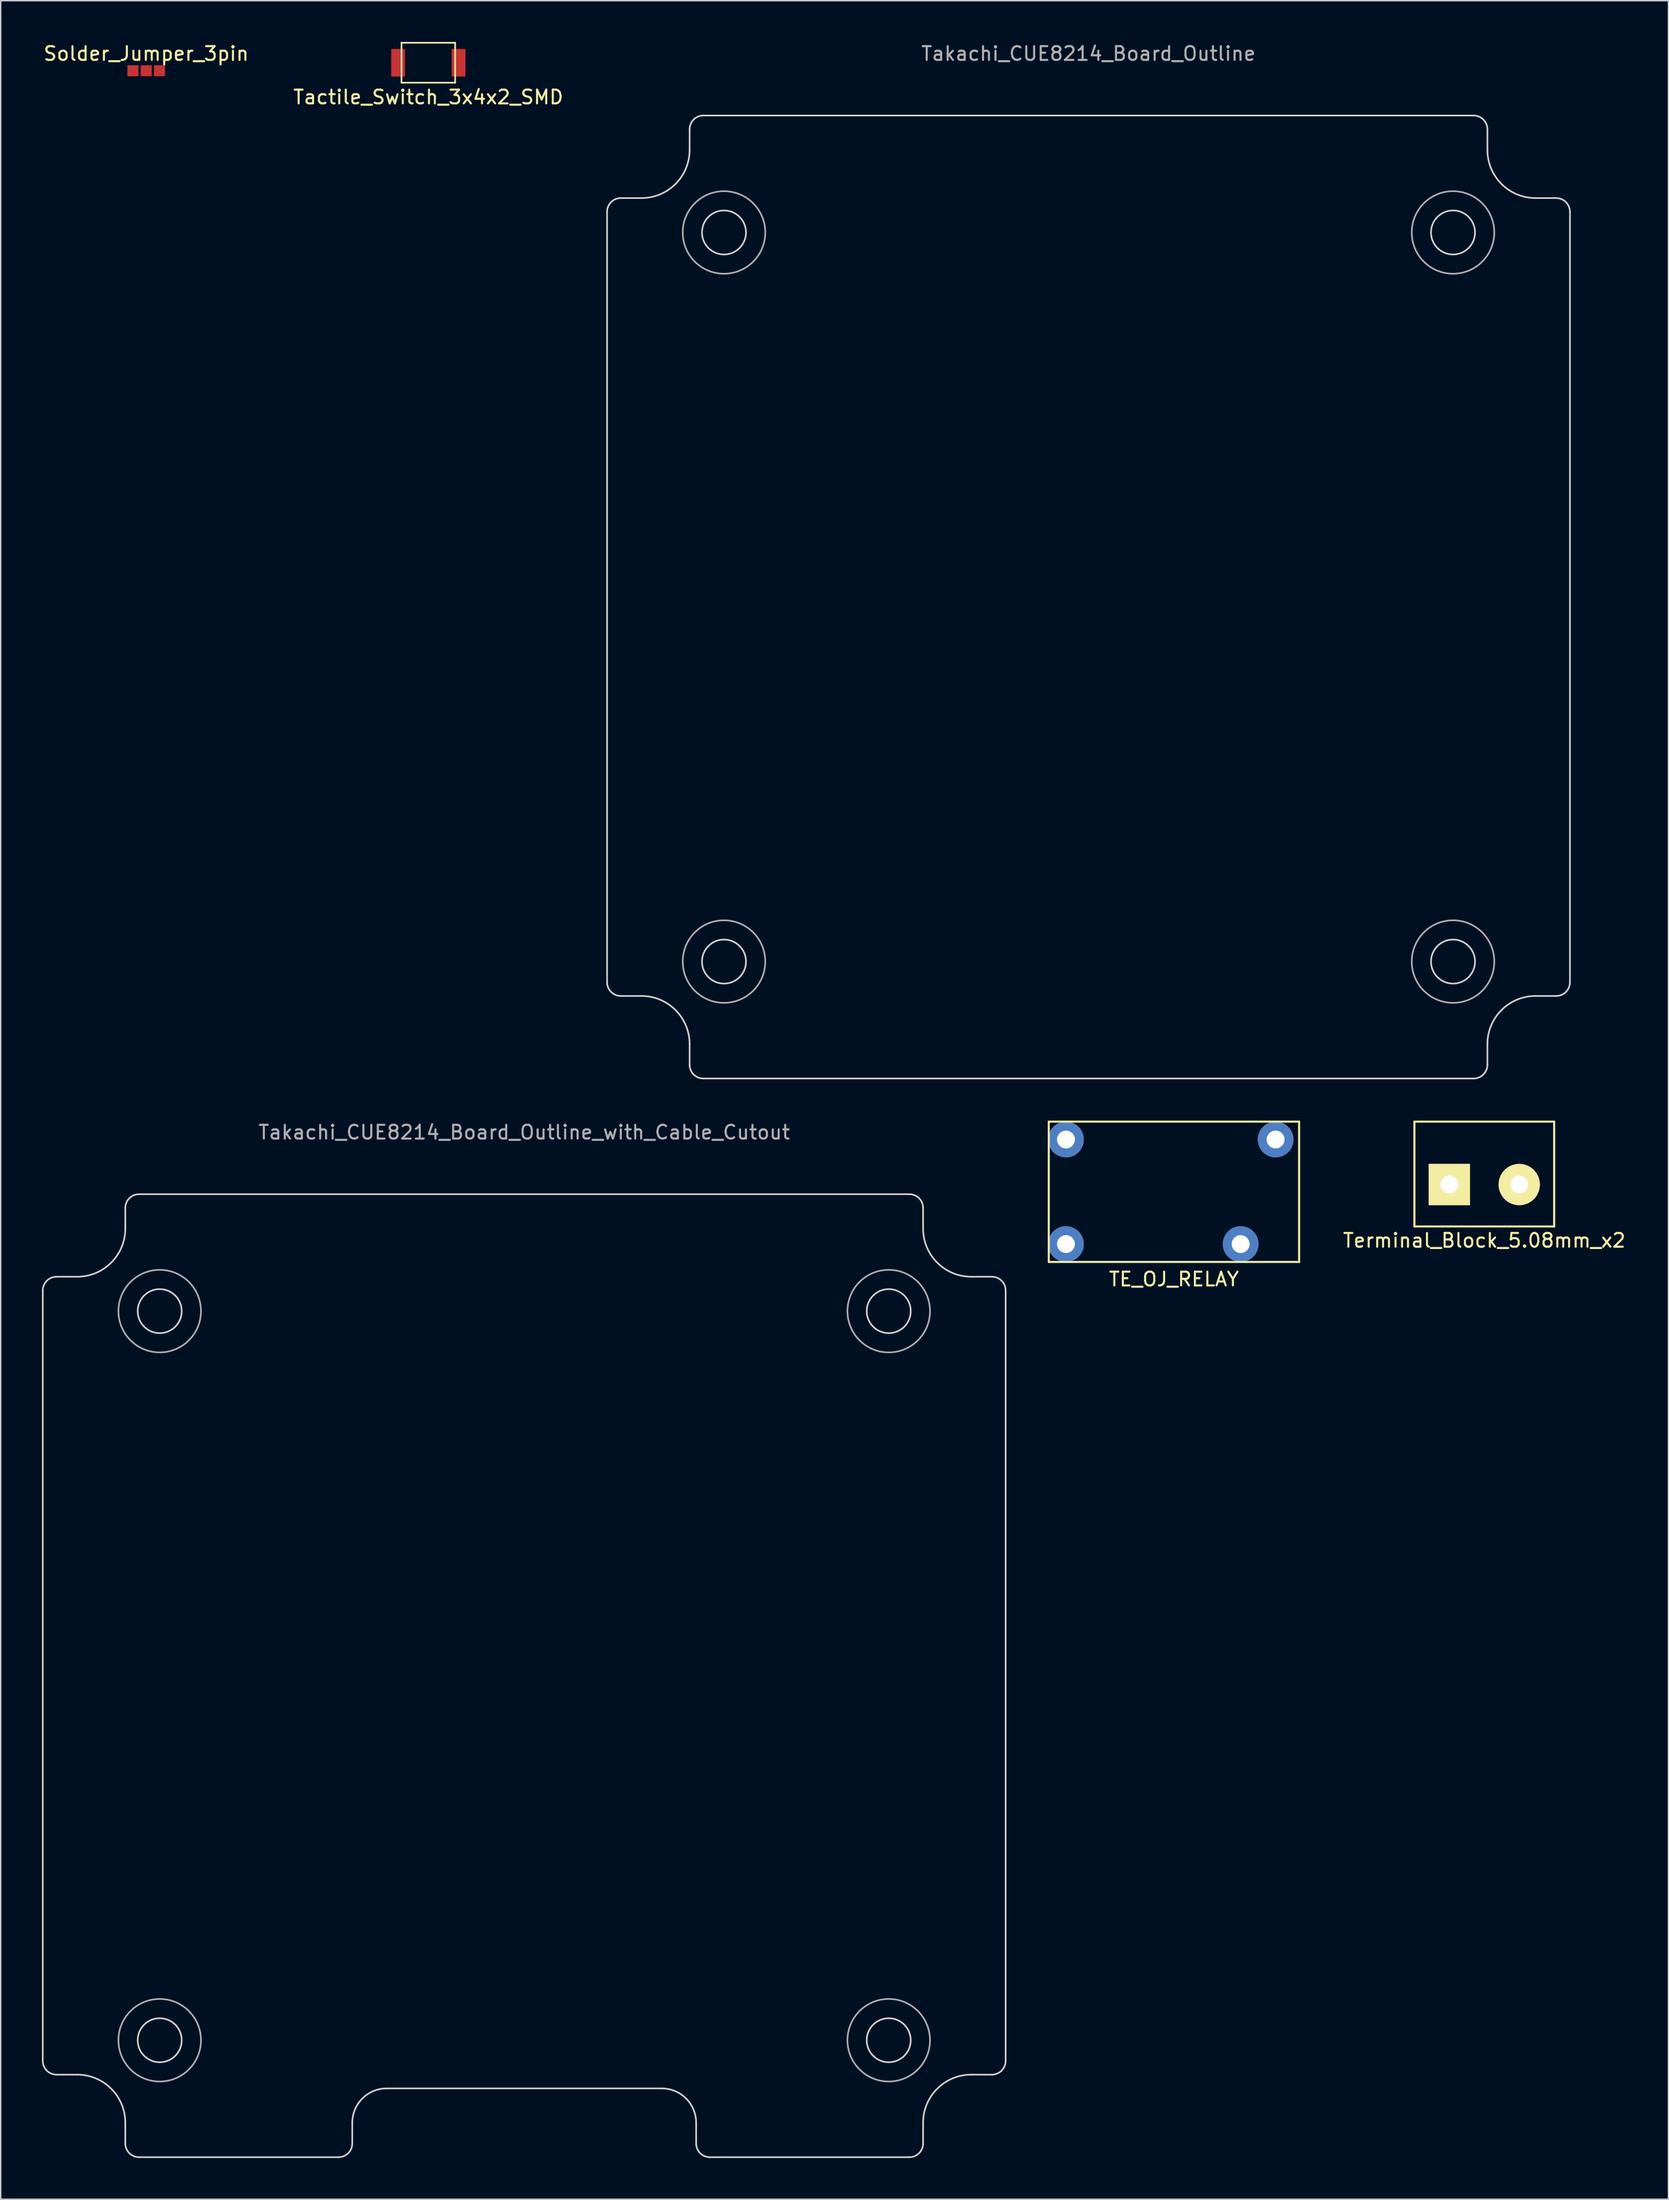
<source format=kicad_pcb>
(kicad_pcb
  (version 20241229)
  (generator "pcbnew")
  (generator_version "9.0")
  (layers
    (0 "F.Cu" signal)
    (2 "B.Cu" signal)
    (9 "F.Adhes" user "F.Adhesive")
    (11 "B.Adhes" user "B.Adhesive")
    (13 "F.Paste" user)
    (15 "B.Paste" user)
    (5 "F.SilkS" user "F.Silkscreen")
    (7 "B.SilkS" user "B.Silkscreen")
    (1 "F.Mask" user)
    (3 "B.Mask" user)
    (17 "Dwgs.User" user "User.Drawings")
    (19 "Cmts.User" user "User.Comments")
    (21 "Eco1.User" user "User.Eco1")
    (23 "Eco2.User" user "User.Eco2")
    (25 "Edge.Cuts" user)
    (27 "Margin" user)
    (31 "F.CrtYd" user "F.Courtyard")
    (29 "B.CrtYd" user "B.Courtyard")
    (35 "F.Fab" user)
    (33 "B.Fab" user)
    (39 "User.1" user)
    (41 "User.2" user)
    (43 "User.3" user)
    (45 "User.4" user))
  (footprint "Terminal_Block_5.08mm_x2"
    (layer "F.Cu")
    (at 104.857 83.055)
    (property "Reference" "Terminal_Block_5.08mm_x2" (at 0 4.064 0) (layer "F.SilkS") (effects (font (size 1 1) (thickness 0.15))))
    (attr through_hole)
    (fp_line (start -5.08 -4.572) (end -5.08 3.048) (stroke (width 0.15) (type solid)) (layer "F.SilkS"))
    (fp_line (start -5.08 -4.572) (end 5.08 -4.572) (stroke (width 0.15) (type solid)) (layer "F.SilkS"))
    (fp_line (start 5.08 3.048) (end -5.08 3.048) (stroke (width 0.15) (type solid)) (layer "F.SilkS"))
    (fp_line (start 5.08 3.048) (end 5.08 -4.572) (stroke (width 0.15) (type solid)) (layer "F.SilkS"))
    (pad "1" thru_hole rect (at -2.54 0) (size 3 3) (drill 1.3) (layers "*.Cu" "*.Mask" "F.SilkS"))
    (pad "2" thru_hole circle (at 2.54 0) (size 3 3) (drill 1.3) (layers "*.Cu" "*.Mask" "F.SilkS")))
  (footprint "Takachi_CUE8214_Board_Outline_with_Cable_Cutout"
    (layer "F.Cu")
    (at 35.06 118.757)
    (property "Reference" "Takachi_CUE8214_Board_Outline_with_Cable_Cutout" (at 0 -39.5 0) (layer "F.Fab") (effects (font (size 1 1) (thickness 0.15))))
    (attr through_hole)
    (fp_line (start -35 -28) (end -35 28) (stroke (width 0.12) (type solid)) (layer "Edge.Cuts"))
    (fp_line (start -34 -29) (end -32.5 -29) (stroke (width 0.12) (type solid)) (layer "Edge.Cuts"))
    (fp_line (start -34 29) (end -32.5 29) (stroke (width 0.12) (type solid)) (layer "Edge.Cuts"))
    (fp_line (start -29 -34) (end -29 -32.5) (stroke (width 0.12) (type solid)) (layer "Edge.Cuts"))
    (fp_line (start -29 34) (end -29 32.5) (stroke (width 0.12) (type solid)) (layer "Edge.Cuts"))
    (fp_line (start -28 -35) (end 28 -35) (stroke (width 0.12) (type solid)) (layer "Edge.Cuts"))
    (fp_line (start -28 35) (end -13.5 35) (stroke (width 0.12) (type solid)) (layer "Edge.Cuts"))
    (fp_line (start -12.5 32.5) (end -12.5 34) (stroke (width 0.12) (type solid)) (layer "Edge.Cuts"))
    (fp_line (start -10 30) (end 10 30) (stroke (width 0.12) (type solid)) (layer "Edge.Cuts"))
    (fp_line (start 12.5 32.5) (end 12.5 34) (stroke (width 0.12) (type solid)) (layer "Edge.Cuts"))
    (fp_line (start 13.5 35) (end 28 35) (stroke (width 0.12) (type solid)) (layer "Edge.Cuts"))
    (fp_line (start 29 -34) (end 29 -32.5) (stroke (width 0.12) (type solid)) (layer "Edge.Cuts"))
    (fp_line (start 29 34) (end 29 32.5) (stroke (width 0.12) (type solid)) (layer "Edge.Cuts"))
    (fp_line (start 34 -29) (end 32.5 -29) (stroke (width 0.12) (type solid)) (layer "Edge.Cuts"))
    (fp_line (start 34 29) (end 32.5 29) (stroke (width 0.12) (type solid)) (layer "Edge.Cuts"))
    (fp_line (start 35 -28) (end 35 28) (stroke (width 0.12) (type solid)) (layer "Edge.Cuts"))
    (fp_arc (start -35 -28) (mid -34.707107 -28.707107) (end -34 -29) (stroke (width 0.12) (type solid)) (layer "Edge.Cuts"))
    (fp_arc (start -34 29) (mid -34.707107 28.707107) (end -35 28) (stroke (width 0.12) (type solid)) (layer "Edge.Cuts"))
    (fp_arc (start -32.5 29) (mid -30.025126 30.025126) (end -29 32.5) (stroke (width 0.12) (type solid)) (layer "Edge.Cuts"))
    (fp_arc (start -29 -34) (mid -28.707107 -34.707107) (end -28 -35) (stroke (width 0.12) (type solid)) (layer "Edge.Cuts"))
    (fp_arc (start -29 -32.5) (mid -30.025126 -30.025126) (end -32.5 -29) (stroke (width 0.12) (type solid)) (layer "Edge.Cuts"))
    (fp_arc (start -28 35) (mid -28.707107 34.707107) (end -29 34) (stroke (width 0.12) (type solid)) (layer "Edge.Cuts"))
    (fp_arc (start -12.5 32.5) (mid -11.767767 30.732233) (end -10 30) (stroke (width 0.12) (type solid)) (layer "Edge.Cuts"))
    (fp_arc (start -12.5 34) (mid -12.792893 34.707107) (end -13.5 35) (stroke (width 0.12) (type solid)) (layer "Edge.Cuts"))
    (fp_arc (start 10 30) (mid 11.767767 30.732233) (end 12.5 32.5) (stroke (width 0.12) (type solid)) (layer "Edge.Cuts"))
    (fp_arc (start 13.5 35) (mid 12.792893 34.707107) (end 12.5 34) (stroke (width 0.12) (type solid)) (layer "Edge.Cuts"))
    (fp_arc (start 28 -35) (mid 28.707107 -34.707107) (end 29 -34) (stroke (width 0.12) (type solid)) (layer "Edge.Cuts"))
    (fp_arc (start 29 32.5) (mid 30.025126 30.025126) (end 32.5 29) (stroke (width 0.12) (type solid)) (layer "Edge.Cuts"))
    (fp_arc (start 29 34) (mid 28.707107 34.707107) (end 28 35) (stroke (width 0.12) (type solid)) (layer "Edge.Cuts"))
    (fp_arc (start 32.5 -29) (mid 30.025126 -30.025126) (end 29 -32.5) (stroke (width 0.12) (type solid)) (layer "Edge.Cuts"))
    (fp_arc (start 34 -29) (mid 34.707107 -28.707107) (end 35 -28) (stroke (width 0.12) (type solid)) (layer "Edge.Cuts"))
    (fp_arc (start 35 28) (mid 34.707107 28.707107) (end 34 29) (stroke (width 0.12) (type solid)) (layer "Edge.Cuts"))
    (fp_circle (center -26.5 -26.5) (end -24.9 -26.5) (stroke (width 0.12) (type solid)) (fill no) (layer "Edge.Cuts"))
    (fp_circle (center -26.5 26.5) (end -24.9 26.5) (stroke (width 0.12) (type solid)) (fill no) (layer "Edge.Cuts"))
    (fp_circle (center 26.5 -26.5) (end 28.1 -26.5) (stroke (width 0.12) (type solid)) (fill no) (layer "Edge.Cuts"))
    (fp_circle (center 26.5 26.5) (end 28.1 26.5) (stroke (width 0.12) (type solid)) (fill no) (layer "Edge.Cuts"))
    (fp_circle (center -26.5 -26.5) (end -23.5 -26.5) (stroke (width 0.12) (type solid)) (fill no) (layer "F.Fab"))
    (fp_circle (center -26.5 26.5) (end -23.5 26.5) (stroke (width 0.12) (type solid)) (fill no) (layer "F.Fab"))
    (fp_circle (center 26.5 -26.5) (end 29.5 -26.5) (stroke (width 0.12) (type solid)) (fill no) (layer "F.Fab"))
    (fp_circle (center 26.5 26.5) (end 29.5 26.5) (stroke (width 0.12) (type solid)) (fill no) (layer "F.Fab")))
  (footprint "Solder_Jumper_3pin"
    (layer "F.Cu")
    (at 7.577 2.093)
    (property "Reference" "Solder_Jumper_3pin" (at 0 -1.245 0) (layer "F.SilkS") (effects (font (size 1 1) (thickness 0.15))))
    (attr smd)
    (pad "1" smd rect (at -0.965 0) (size 0.8 0.8) (layers "F.Cu" "F.Mask" "F.Paste"))
    (pad "2" smd rect (at 0 0) (size 0.8 0.8) (layers "F.Cu" "F.Mask" "F.Paste"))
    (pad "3" smd rect (at 0.965 0) (size 0.8 0.8) (layers "F.Cu" "F.Mask" "F.Paste")))
  (footprint "TE_OJ_RELAY"
    (layer "F.Cu")
    (at 82.295 83.583)
    (property "Reference" "TE_OJ_RELAY" (at 0 6.35 180) (layer "F.SilkS") (effects (font (size 1 1) (thickness 0.15))))
    (attr through_hole)
    (fp_line (start -9.1 5.1) (end -9.1 -5.1) (stroke (width 0.15) (type solid)) (layer "F.SilkS"))
    (fp_line (start -9.1 5.1) (end 9.1 5.1) (stroke (width 0.15) (type solid)) (layer "F.SilkS"))
    (fp_line (start 9.1 -5.1) (end -9.1 -5.1) (stroke (width 0.15) (type solid)) (layer "F.SilkS"))
    (fp_line (start 9.1 5.1) (end 9.1 -5.1) (stroke (width 0.15) (type solid)) (layer "F.SilkS"))
    (pad "1" thru_hole circle (at -7.85 -3.8) (size 2.6 2.6) (drill 1.3) (layers "*.Cu" "*.Mask"))
    (pad "2" thru_hole circle (at -7.85 3.8) (size 2.6 2.6) (drill 1.3) (layers "*.Cu" "*.Mask"))
    (pad "3" thru_hole circle (at 4.85 3.8) (size 2.6 2.6) (drill 1.3) (layers "*.Cu" "*.Mask"))
    (pad "4" thru_hole circle (at 7.39 -3.8) (size 2.6 2.6) (drill 1.3) (layers "*.Cu" "*.Mask")))
  (footprint "Takachi_CUE8214_Board_Outline"
    (layer "F.Cu")
    (at 76.084 40.348)
    (property "Reference" "Takachi_CUE8214_Board_Outline" (at 0 -39.5 0) (layer "F.Fab") (effects (font (size 1 1) (thickness 0.15))))
    (attr through_hole)
    (fp_line (start -35 -28) (end -35 28) (stroke (width 0.12) (type solid)) (layer "Edge.Cuts"))
    (fp_line (start -34 -29) (end -32.5 -29) (stroke (width 0.12) (type solid)) (layer "Edge.Cuts"))
    (fp_line (start -34 29) (end -32.5 29) (stroke (width 0.12) (type solid)) (layer "Edge.Cuts"))
    (fp_line (start -29 -34) (end -29 -32.5) (stroke (width 0.12) (type solid)) (layer "Edge.Cuts"))
    (fp_line (start -29 34) (end -29 32.5) (stroke (width 0.12) (type solid)) (layer "Edge.Cuts"))
    (fp_line (start -28 -35) (end 28 -35) (stroke (width 0.12) (type solid)) (layer "Edge.Cuts"))
    (fp_line (start -28 35) (end 28 35) (stroke (width 0.12) (type solid)) (layer "Edge.Cuts"))
    (fp_line (start 29 -34) (end 29 -32.5) (stroke (width 0.12) (type solid)) (layer "Edge.Cuts"))
    (fp_line (start 29 34) (end 29 32.5) (stroke (width 0.12) (type solid)) (layer "Edge.Cuts"))
    (fp_line (start 34 -29) (end 32.5 -29) (stroke (width 0.12) (type solid)) (layer "Edge.Cuts"))
    (fp_line (start 34 29) (end 32.5 29) (stroke (width 0.12) (type solid)) (layer "Edge.Cuts"))
    (fp_line (start 35 -28) (end 35 28) (stroke (width 0.12) (type solid)) (layer "Edge.Cuts"))
    (fp_arc (start -35 -28) (mid -34.707107 -28.707107) (end -34 -29) (stroke (width 0.12) (type solid)) (layer "Edge.Cuts"))
    (fp_arc (start -34 29) (mid -34.707107 28.707107) (end -35 28) (stroke (width 0.12) (type solid)) (layer "Edge.Cuts"))
    (fp_arc (start -32.5 29) (mid -30.025126 30.025126) (end -29 32.5) (stroke (width 0.12) (type solid)) (layer "Edge.Cuts"))
    (fp_arc (start -29 -34) (mid -28.707107 -34.707107) (end -28 -35) (stroke (width 0.12) (type solid)) (layer "Edge.Cuts"))
    (fp_arc (start -29 -32.5) (mid -30.025126 -30.025126) (end -32.5 -29) (stroke (width 0.12) (type solid)) (layer "Edge.Cuts"))
    (fp_arc (start -28 35) (mid -28.707107 34.707107) (end -29 34) (stroke (width 0.12) (type solid)) (layer "Edge.Cuts"))
    (fp_arc (start 28 -35) (mid 28.707107 -34.707107) (end 29 -34) (stroke (width 0.12) (type solid)) (layer "Edge.Cuts"))
    (fp_arc (start 29 32.5) (mid 30.025126 30.025126) (end 32.5 29) (stroke (width 0.12) (type solid)) (layer "Edge.Cuts"))
    (fp_arc (start 29 34) (mid 28.707107 34.707107) (end 28 35) (stroke (width 0.12) (type solid)) (layer "Edge.Cuts"))
    (fp_arc (start 32.5 -29) (mid 30.025126 -30.025126) (end 29 -32.5) (stroke (width 0.12) (type solid)) (layer "Edge.Cuts"))
    (fp_arc (start 34 -29) (mid 34.707107 -28.707107) (end 35 -28) (stroke (width 0.12) (type solid)) (layer "Edge.Cuts"))
    (fp_arc (start 35 28) (mid 34.707107 28.707107) (end 34 29) (stroke (width 0.12) (type solid)) (layer "Edge.Cuts"))
    (fp_circle (center -26.5 -26.5) (end -24.9 -26.5) (stroke (width 0.12) (type solid)) (fill no) (layer "Edge.Cuts"))
    (fp_circle (center -26.5 26.5) (end -24.9 26.5) (stroke (width 0.12) (type solid)) (fill no) (layer "Edge.Cuts"))
    (fp_circle (center 26.5 -26.5) (end 28.1 -26.5) (stroke (width 0.12) (type solid)) (fill no) (layer "Edge.Cuts"))
    (fp_circle (center 26.5 26.5) (end 28.1 26.5) (stroke (width 0.12) (type solid)) (fill no) (layer "Edge.Cuts"))
    (fp_circle (center -26.5 -26.5) (end -23.5 -26.5) (stroke (width 0.12) (type solid)) (fill no) (layer "F.Fab"))
    (fp_circle (center -26.5 26.5) (end -23.5 26.5) (stroke (width 0.12) (type solid)) (fill no) (layer "F.Fab"))
    (fp_circle (center 26.5 -26.5) (end 29.5 -26.5) (stroke (width 0.12) (type solid)) (fill no) (layer "F.Fab"))
    (fp_circle (center 26.5 26.5) (end 29.5 26.5) (stroke (width 0.12) (type solid)) (fill no) (layer "F.Fab")))
  (footprint "Tactile_Switch_3x4x2_SMD"
    (layer "F.Cu")
    (at 28.089 1.51)
    (property "Reference" "Tactile_Switch_3x4x2_SMD" (at 0 2.5 0) (layer "F.SilkS") (effects (font (size 1 1) (thickness 0.15))))
    (attr through_hole)
    (fp_line (start -1.95 -1.45) (end 1.95 -1.45) (stroke (width 0.12) (type solid)) (layer "F.SilkS"))
    (fp_line (start -1.95 1.45) (end -1.95 -1.45) (stroke (width 0.12) (type solid)) (layer "F.SilkS"))
    (fp_line (start 1.95 -1.45) (end 1.95 1.45) (stroke (width 0.12) (type solid)) (layer "F.SilkS"))
    (fp_line (start 1.95 1.45) (end -1.95 1.45) (stroke (width 0.12) (type solid)) (layer "F.SilkS"))
    (pad "1" smd rect (at -2.2 0) (size 1 2) (layers "F.Cu" "F.Mask" "F.Paste"))
    (pad "2" smd rect (at 2.2 0) (size 1 2) (layers "F.Cu" "F.Mask" "F.Paste")))
  (gr_rect
    (start -3 -3)
    (end 118.244 156.816)
    (stroke (width 0.1) (type default))
    (fill no)
    (layer "Edge.Cuts")))
</source>
